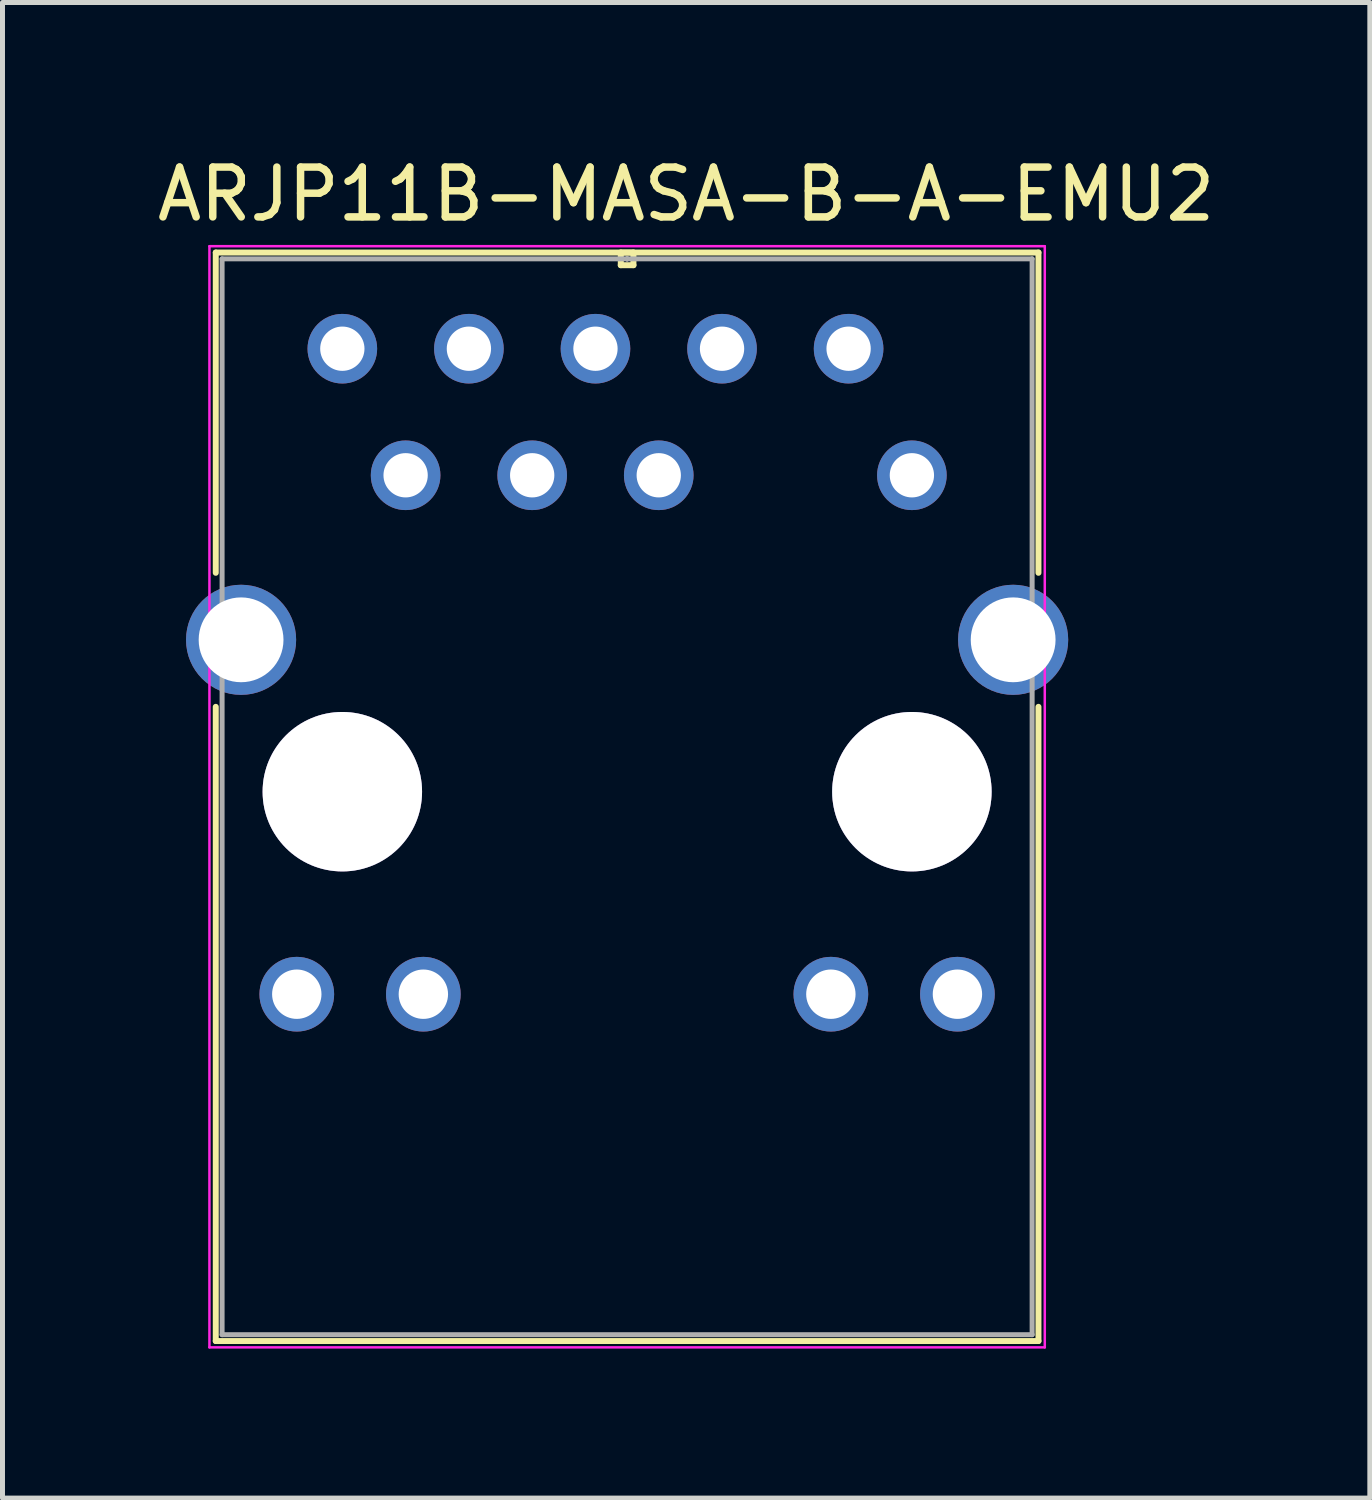
<source format=kicad_pcb>
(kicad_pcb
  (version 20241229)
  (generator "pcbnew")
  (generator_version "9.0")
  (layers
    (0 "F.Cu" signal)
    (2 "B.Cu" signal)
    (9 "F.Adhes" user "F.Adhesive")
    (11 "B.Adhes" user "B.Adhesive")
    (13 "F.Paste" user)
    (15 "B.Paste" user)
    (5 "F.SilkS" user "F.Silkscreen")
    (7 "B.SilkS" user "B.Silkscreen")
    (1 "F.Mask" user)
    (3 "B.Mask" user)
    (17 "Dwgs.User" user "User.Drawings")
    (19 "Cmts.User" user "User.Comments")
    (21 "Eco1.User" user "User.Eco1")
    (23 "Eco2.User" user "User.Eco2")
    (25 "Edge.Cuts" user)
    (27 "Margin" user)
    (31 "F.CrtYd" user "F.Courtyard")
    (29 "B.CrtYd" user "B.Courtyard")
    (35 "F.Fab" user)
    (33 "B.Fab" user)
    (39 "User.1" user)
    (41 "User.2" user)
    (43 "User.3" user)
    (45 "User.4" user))
  (footprint "ARJP11B-MASA-B-A-EMU2"
    (layer "F.Cu")
    (at 3.82 3.948)
    (property "Reference" "ARJP11B-MASA-B-A-EMU2" (at 6.9 -3.1 0) (layer "F.SilkS") (effects (font (size 1 1) (thickness 0.15))))
    (attr through_hole)
    (fp_line (start -2.54 -1.93) (end -2.54 4.497) (stroke (width 0.12) (type solid)) (layer "F.SilkS"))
    (fp_line (start -2.54 7.187) (end -2.54 19.914) (stroke (width 0.12) (type solid)) (layer "F.SilkS"))
    (fp_line (start -2.54 19.914) (end 13.97 19.914) (stroke (width 0.12) (type solid)) (layer "F.SilkS"))
    (fp_line (start 5.588 -1.93) (end 5.588 -1.676) (stroke (width 0.12) (type solid)) (layer "F.SilkS"))
    (fp_line (start 5.588 -1.676) (end 5.842 -1.676) (stroke (width 0.12) (type solid)) (layer "F.SilkS"))
    (fp_line (start 5.842 -1.93) (end 5.588 -1.93) (stroke (width 0.12) (type solid)) (layer "F.SilkS"))
    (fp_line (start 5.842 -1.676) (end 5.842 -1.93) (stroke (width 0.12) (type solid)) (layer "F.SilkS"))
    (fp_line (start 13.97 -1.93) (end -2.54 -1.93) (stroke (width 0.12) (type solid)) (layer "F.SilkS"))
    (fp_line (start 13.97 4.497) (end 13.97 -1.93) (stroke (width 0.12) (type solid)) (layer "F.SilkS"))
    (fp_line (start 13.97 19.914) (end 13.97 7.187) (stroke (width 0.12) (type solid)) (layer "F.SilkS"))
    (fp_line (start -2.667 -2.057) (end -2.667 20.041) (stroke (width 0.05) (type solid)) (layer "F.CrtYd"))
    (fp_line (start -2.667 20.041) (end 14.097 20.041) (stroke (width 0.05) (type solid)) (layer "F.CrtYd"))
    (fp_line (start 14.097 -2.057) (end -2.667 -2.057) (stroke (width 0.05) (type solid)) (layer "F.CrtYd"))
    (fp_line (start 14.097 20.041) (end 14.097 -2.057) (stroke (width 0.05) (type solid)) (layer "F.CrtYd"))
    (fp_line (start -2.413 -1.803) (end -2.413 19.787) (stroke (width 0.1) (type solid)) (layer "F.Fab"))
    (fp_line (start -2.413 19.787) (end 13.843 19.787) (stroke (width 0.1) (type solid)) (layer "F.Fab"))
    (fp_line (start 5.715 -1.803) (end 5.715 -1.803) (stroke (width 0.1) (type solid)) (layer "F.Fab"))
    (fp_line (start 5.715 -1.803) (end 5.715 -1.803) (stroke (width 0.1) (type solid)) (layer "F.Fab"))
    (fp_line (start 5.715 -1.803) (end 5.715 -1.803) (stroke (width 0.1) (type solid)) (layer "F.Fab"))
    (fp_line (start 5.715 -1.803) (end 5.715 -1.803) (stroke (width 0.1) (type solid)) (layer "F.Fab"))
    (fp_line (start 13.843 -1.803) (end -2.413 -1.803) (stroke (width 0.1) (type solid)) (layer "F.Fab"))
    (fp_line (start 13.843 19.787) (end 13.843 -1.803) (stroke (width 0.1) (type solid)) (layer "F.Fab"))
    (pad "1" thru_hole circle (at 0 0) (size 1.397 1.397) (drill 0.889) (layers "*.Cu" "*.Mask"))
    (pad "2" thru_hole circle (at 1.27 2.54) (size 1.397 1.397) (drill 0.889) (layers "*.Cu" "*.Mask"))
    (pad "3" thru_hole circle (at 2.54 0) (size 1.397 1.397) (drill 0.889) (layers "*.Cu" "*.Mask"))
    (pad "4" thru_hole circle (at 3.81 2.54) (size 1.397 1.397) (drill 0.889) (layers "*.Cu" "*.Mask"))
    (pad "5" thru_hole circle (at 5.08 0) (size 1.397 1.397) (drill 0.889) (layers "*.Cu" "*.Mask"))
    (pad "6" thru_hole circle (at 6.35 2.54) (size 1.397 1.397) (drill 0.889) (layers "*.Cu" "*.Mask"))
    (pad "7" thru_hole circle (at 7.62 0) (size 1.397 1.397) (drill 0.889) (layers "*.Cu" "*.Mask"))
    (pad "9" thru_hole circle (at 10.16 0) (size 1.397 1.397) (drill 0.889) (layers "*.Cu" "*.Mask"))
    (pad "10" thru_hole circle (at 11.43 2.54) (size 1.397 1.397) (drill 0.889) (layers "*.Cu" "*.Mask"))
    (pad "11" thru_hole circle (at -0.914 12.954) (size 1.499 1.499) (drill 0.991) (layers "*.Cu" "*.Mask"))
    (pad "12" thru_hole circle (at 1.626 12.954) (size 1.499 1.499) (drill 0.991) (layers "*.Cu" "*.Mask"))
    (pad "13" thru_hole circle (at 9.804 12.954) (size 1.499 1.499) (drill 0.991) (layers "*.Cu" "*.Mask"))
    (pad "14" thru_hole circle (at 12.344 12.954) (size 1.499 1.499) (drill 0.991) (layers "*.Cu" "*.Mask"))
    (pad "15" thru_hole circle (at 0 8.89) (size 3.2 3.2) (drill 3.2) (layers "*.Cu" "*.Mask"))
    (pad "16" thru_hole circle (at 11.43 8.89) (size 3.2 3.2) (drill 3.2) (layers "*.Cu" "*.Mask"))
    (pad "17" thru_hole circle (at -2.032 5.842) (size 2.21 2.21) (drill 1.702) (layers "*.Cu" "*.Mask"))
    (pad "18" thru_hole circle (at 13.462 5.842) (size 2.21 2.21) (drill 1.702) (layers "*.Cu" "*.Mask")))
  (gr_rect
    (start -3 -3)
    (end 24.44 27.014)
    (stroke (width 0.1) (type default))
    (fill no)
    (layer "Edge.Cuts")))
</source>
